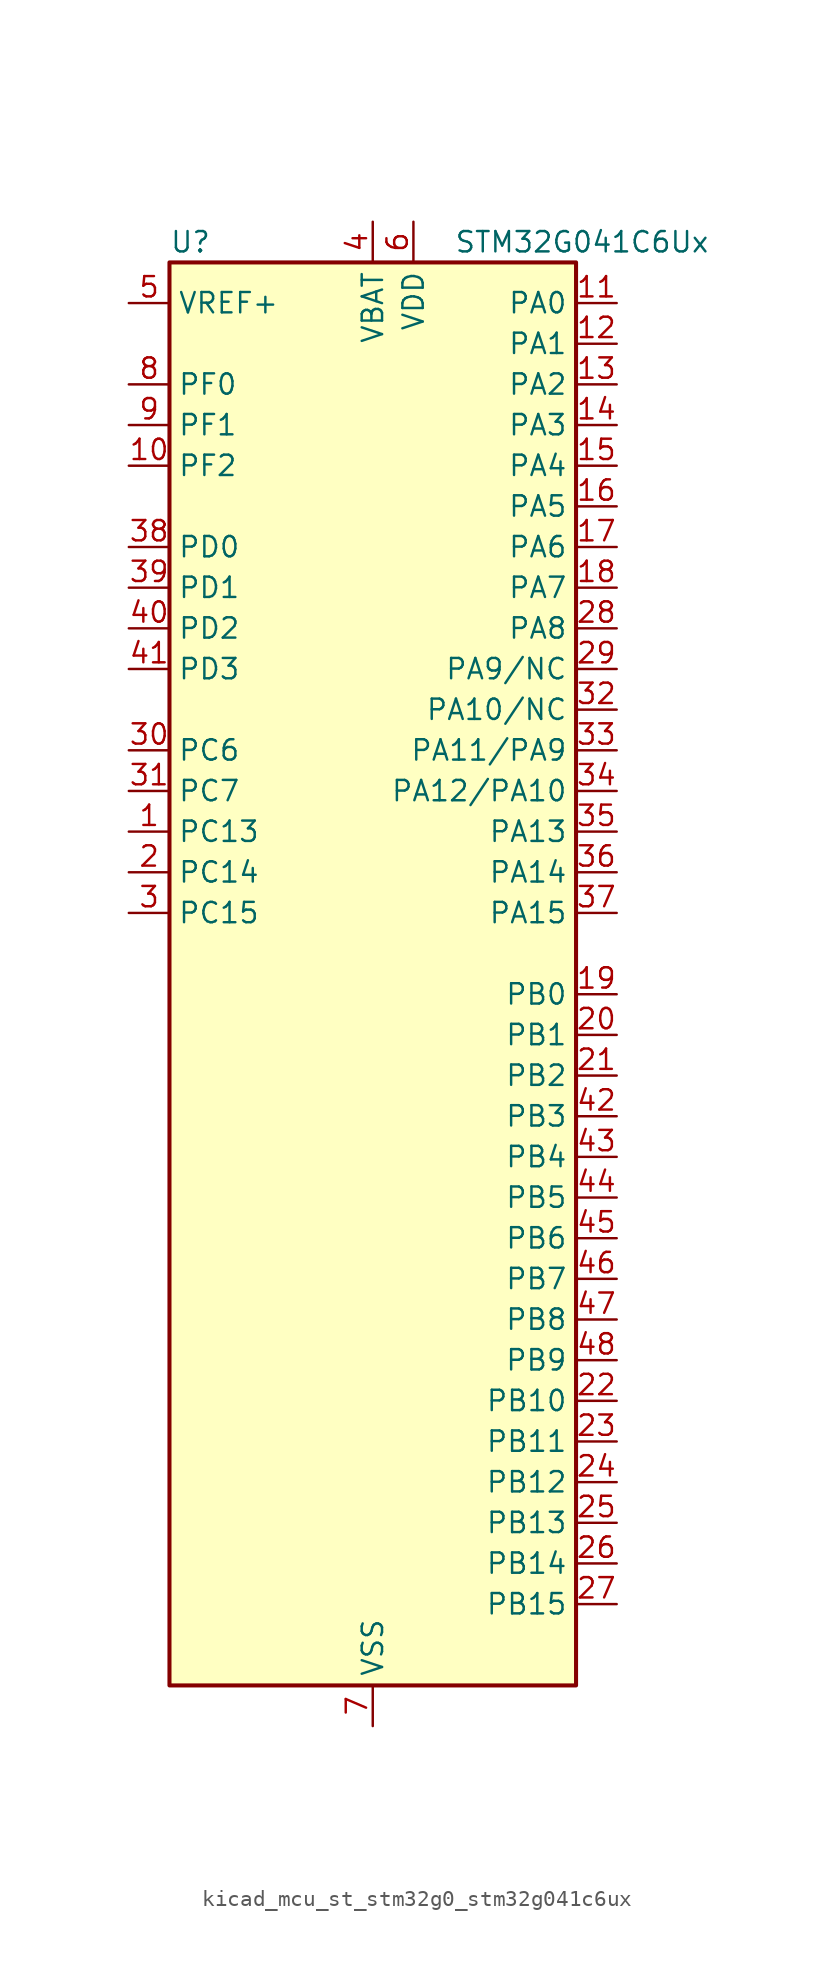
<source format=kicad_sym>
(kicad_symbol_lib
  (version 20220914)
  (generator kicad_symbol_editor)
  (symbol "kicad_mcu_st_stm32g0_stm32g041c6ux"
    (property "Reference" "U"
      (at -12.7 46.99 0)
      (effects (font (size 1.27 1.27)) (justify left)))
    (property "Value" "STM32G041C6Ux"
      (at 5.08 46.99 0)
      (effects (font (size 1.27 1.27)) (justify left)))
    (property "ki_locked" ""
      (at 0 0 0)
      (effects (font (size 1.27 1.27))))
    (symbol "kicad_mcu_st_stm32g0_stm32g041c6ux_0_1"
      (rectangle (start -12.7 -43.18) (end 12.7 45.72) (stroke (width 0.254) (type default)) (fill (type background))))
    (symbol "kicad_mcu_st_stm32g0_stm32g041c6ux_1_1"
      (pin bidirectional line (at -15.24 10.16 0) (length 2.54) (name "PC13" (effects (font (size 1.27 1.27)))) (number "1" (effects (font (size 1.27 1.27)))) (alternate "RTC_OUT_ALARM" bidirectional line) (alternate "RTC_OUT_CALIB" bidirectional line) (alternate "RTC_TAMP_IN1" bidirectional line) (alternate "RTC_TS" bidirectional line) (alternate "SYS_WKUP2" bidirectional line) (alternate "TIM1_BK" bidirectional line))
      (pin bidirectional line (at -15.24 33.02 0) (length 2.54) (name "PF2" (effects (font (size 1.27 1.27)))) (number "10" (effects (font (size 1.27 1.27)))) (alternate "RCC_MCO" bidirectional line))
      (pin bidirectional line (at 15.24 43.18 180) (length 2.54) (name "PA0" (effects (font (size 1.27 1.27)))) (number "11" (effects (font (size 1.27 1.27)))) (alternate "ADC1_IN0" bidirectional line) (alternate "LPTIM1_OUT" bidirectional line) (alternate "RTC_TAMP_IN2" bidirectional line) (alternate "SPI2_SCK" bidirectional line) (alternate "SYS_WKUP1" bidirectional line) (alternate "TIM2_CH1" bidirectional line) (alternate "TIM2_ETR" bidirectional line) (alternate "USART2_CTS" bidirectional line) (alternate "USART2_NSS" bidirectional line))
      (pin bidirectional line (at 15.24 40.64 180) (length 2.54) (name "PA1" (effects (font (size 1.27 1.27)))) (number "12" (effects (font (size 1.27 1.27)))) (alternate "ADC1_IN1" bidirectional line) (alternate "I2C1_SMBA" bidirectional line) (alternate "I2S1_CK" bidirectional line) (alternate "SPI1_SCK" bidirectional line) (alternate "TIM2_CH2" bidirectional line) (alternate "USART2_CK" bidirectional line) (alternate "USART2_DE" bidirectional line) (alternate "USART2_RTS" bidirectional line))
      (pin bidirectional line (at 15.24 38.1 180) (length 2.54) (name "PA2" (effects (font (size 1.27 1.27)))) (number "13" (effects (font (size 1.27 1.27)))) (alternate "ADC1_IN2" bidirectional line) (alternate "I2S1_SD" bidirectional line) (alternate "LPUART1_TX" bidirectional line) (alternate "RCC_LSCO" bidirectional line) (alternate "SPI1_MOSI" bidirectional line) (alternate "SYS_WKUP4" bidirectional line) (alternate "TIM2_CH3" bidirectional line) (alternate "USART2_TX" bidirectional line))
      (pin bidirectional line (at 15.24 35.56 180) (length 2.54) (name "PA3" (effects (font (size 1.27 1.27)))) (number "14" (effects (font (size 1.27 1.27)))) (alternate "ADC1_IN3" bidirectional line) (alternate "LPUART1_RX" bidirectional line) (alternate "SPI2_MISO" bidirectional line) (alternate "TIM2_CH4" bidirectional line) (alternate "USART2_RX" bidirectional line))
      (pin bidirectional line (at 15.24 33.02 180) (length 2.54) (name "PA4" (effects (font (size 1.27 1.27)))) (number "15" (effects (font (size 1.27 1.27)))) (alternate "ADC1_IN4" bidirectional line) (alternate "I2S1_WS" bidirectional line) (alternate "LPTIM2_OUT" bidirectional line) (alternate "RTC_OUT_ALARM" bidirectional line) (alternate "RTC_OUT_CALIB" bidirectional line) (alternate "SPI1_NSS" bidirectional line) (alternate "SPI2_MOSI" bidirectional line) (alternate "TIM14_CH1" bidirectional line))
      (pin bidirectional line (at 15.24 30.48 180) (length 2.54) (name "PA5" (effects (font (size 1.27 1.27)))) (number "16" (effects (font (size 1.27 1.27)))) (alternate "ADC1_IN5" bidirectional line) (alternate "I2S1_CK" bidirectional line) (alternate "LPTIM2_ETR" bidirectional line) (alternate "SPI1_SCK" bidirectional line) (alternate "TIM2_CH1" bidirectional line) (alternate "TIM2_ETR" bidirectional line))
      (pin bidirectional line (at 15.24 27.94 180) (length 2.54) (name "PA6" (effects (font (size 1.27 1.27)))) (number "17" (effects (font (size 1.27 1.27)))) (alternate "ADC1_IN6" bidirectional line) (alternate "I2S1_MCK" bidirectional line) (alternate "LPUART1_CTS" bidirectional line) (alternate "SPI1_MISO" bidirectional line) (alternate "TIM16_CH1" bidirectional line) (alternate "TIM1_BK" bidirectional line) (alternate "TIM3_CH1" bidirectional line))
      (pin bidirectional line (at 15.24 25.4 180) (length 2.54) (name "PA7" (effects (font (size 1.27 1.27)))) (number "18" (effects (font (size 1.27 1.27)))) (alternate "ADC1_IN7" bidirectional line) (alternate "I2S1_SD" bidirectional line) (alternate "SPI1_MOSI" bidirectional line) (alternate "TIM14_CH1" bidirectional line) (alternate "TIM17_CH1" bidirectional line) (alternate "TIM1_CH1N" bidirectional line) (alternate "TIM3_CH2" bidirectional line))
      (pin bidirectional line (at 15.24 0 180) (length 2.54) (name "PB0" (effects (font (size 1.27 1.27)))) (number "19" (effects (font (size 1.27 1.27)))) (alternate "ADC1_IN8" bidirectional line) (alternate "I2S1_WS" bidirectional line) (alternate "LPTIM1_OUT" bidirectional line) (alternate "SPI1_NSS" bidirectional line) (alternate "TIM1_CH2N" bidirectional line) (alternate "TIM3_CH3" bidirectional line))
      (pin bidirectional line (at -15.24 7.62 0) (length 2.54) (name "PC14" (effects (font (size 1.27 1.27)))) (number "2" (effects (font (size 1.27 1.27)))) (alternate "RCC_OSC32_IN" bidirectional line) (alternate "TIM1_BK2" bidirectional line))
      (pin bidirectional line (at 15.24 -2.54 180) (length 2.54) (name "PB1" (effects (font (size 1.27 1.27)))) (number "20" (effects (font (size 1.27 1.27)))) (alternate "ADC1_IN9" bidirectional line) (alternate "LPTIM2_IN1" bidirectional line) (alternate "LPUART1_DE" bidirectional line) (alternate "LPUART1_RTS" bidirectional line) (alternate "TIM14_CH1" bidirectional line) (alternate "TIM1_CH3N" bidirectional line) (alternate "TIM3_CH4" bidirectional line))
      (pin bidirectional line (at 15.24 -5.08 180) (length 2.54) (name "PB2" (effects (font (size 1.27 1.27)))) (number "21" (effects (font (size 1.27 1.27)))) (alternate "ADC1_IN10" bidirectional line) (alternate "LPTIM1_OUT" bidirectional line) (alternate "SPI2_MISO" bidirectional line))
      (pin bidirectional line (at 15.24 -25.4 180) (length 2.54) (name "PB10" (effects (font (size 1.27 1.27)))) (number "22" (effects (font (size 1.27 1.27)))) (alternate "ADC1_IN11" bidirectional line) (alternate "I2C2_SCL" bidirectional line) (alternate "LPUART1_RX" bidirectional line) (alternate "SPI2_SCK" bidirectional line) (alternate "TIM2_CH3" bidirectional line))
      (pin bidirectional line (at 15.24 -27.94 180) (length 2.54) (name "PB11" (effects (font (size 1.27 1.27)))) (number "23" (effects (font (size 1.27 1.27)))) (alternate "ADC1_EXTI11" bidirectional line) (alternate "ADC1_IN15" bidirectional line) (alternate "I2C2_SDA" bidirectional line) (alternate "LPUART1_TX" bidirectional line) (alternate "SPI2_MOSI" bidirectional line) (alternate "TIM2_CH4" bidirectional line))
      (pin bidirectional line (at 15.24 -30.48 180) (length 2.54) (name "PB12" (effects (font (size 1.27 1.27)))) (number "24" (effects (font (size 1.27 1.27)))) (alternate "ADC1_IN16" bidirectional line) (alternate "LPUART1_DE" bidirectional line) (alternate "LPUART1_RTS" bidirectional line) (alternate "SPI2_NSS" bidirectional line) (alternate "TIM1_BK" bidirectional line))
      (pin bidirectional line (at 15.24 -33.02 180) (length 2.54) (name "PB13" (effects (font (size 1.27 1.27)))) (number "25" (effects (font (size 1.27 1.27)))) (alternate "I2C2_SCL" bidirectional line) (alternate "LPUART1_CTS" bidirectional line) (alternate "SPI2_SCK" bidirectional line) (alternate "TIM1_CH1N" bidirectional line))
      (pin bidirectional line (at 15.24 -35.56 180) (length 2.54) (name "PB14" (effects (font (size 1.27 1.27)))) (number "26" (effects (font (size 1.27 1.27)))) (alternate "I2C2_SDA" bidirectional line) (alternate "SPI2_MISO" bidirectional line) (alternate "TIM1_CH2N" bidirectional line))
      (pin bidirectional line (at 15.24 -38.1 180) (length 2.54) (name "PB15" (effects (font (size 1.27 1.27)))) (number "27" (effects (font (size 1.27 1.27)))) (alternate "RTC_REFIN" bidirectional line) (alternate "SPI2_MOSI" bidirectional line) (alternate "TIM1_CH3N" bidirectional line))
      (pin bidirectional line (at 15.24 22.86 180) (length 2.54) (name "PA8" (effects (font (size 1.27 1.27)))) (number "28" (effects (font (size 1.27 1.27)))) (alternate "LPTIM2_OUT" bidirectional line) (alternate "RCC_MCO" bidirectional line) (alternate "SPI2_NSS" bidirectional line) (alternate "TIM1_CH1" bidirectional line))
      (pin bidirectional line (at 15.24 20.32 180) (length 2.54) (name "PA9/NC" (effects (font (size 1.27 1.27)))) (number "29" (effects (font (size 1.27 1.27)))) (alternate "I2C1_SCL" bidirectional line) (alternate "RCC_MCO" bidirectional line) (alternate "SPI2_MISO" bidirectional line) (alternate "TIM1_CH2" bidirectional line) (alternate "USART1_TX" bidirectional line))
      (pin bidirectional line (at -15.24 5.08 0) (length 2.54) (name "PC15" (effects (font (size 1.27 1.27)))) (number "3" (effects (font (size 1.27 1.27)))) (alternate "RCC_OSC32_EN" bidirectional line) (alternate "RCC_OSC32_OUT" bidirectional line) (alternate "RCC_OSC_EN" bidirectional line))
      (pin bidirectional line (at -15.24 15.24 0) (length 2.54) (name "PC6" (effects (font (size 1.27 1.27)))) (number "30" (effects (font (size 1.27 1.27)))) (alternate "TIM2_CH3" bidirectional line) (alternate "TIM3_CH1" bidirectional line))
      (pin bidirectional line (at -15.24 12.7 0) (length 2.54) (name "PC7" (effects (font (size 1.27 1.27)))) (number "31" (effects (font (size 1.27 1.27)))) (alternate "TIM2_CH4" bidirectional line) (alternate "TIM3_CH2" bidirectional line))
      (pin bidirectional line (at 15.24 17.78 180) (length 2.54) (name "PA10/NC" (effects (font (size 1.27 1.27)))) (number "32" (effects (font (size 1.27 1.27)))) (alternate "I2C1_SDA" bidirectional line) (alternate "SPI2_MOSI" bidirectional line) (alternate "TIM17_BK" bidirectional line) (alternate "TIM1_CH3" bidirectional line) (alternate "USART1_RX" bidirectional line))
      (pin bidirectional line (at 15.24 15.24 180) (length 2.54) (name "PA11/PA9" (effects (font (size 1.27 1.27)))) (number "33" (effects (font (size 1.27 1.27)))) (alternate "ADC1_EXTI11" bidirectional line) (alternate "I2C2_SCL" bidirectional line) (alternate "I2S1_MCK" bidirectional line) (alternate "SPI1_MISO" bidirectional line) (alternate "TIM1_BK2" bidirectional line) (alternate "TIM1_CH4" bidirectional line) (alternate "USART1_CTS" bidirectional line) (alternate "USART1_NSS" bidirectional line))
      (pin bidirectional line (at 15.24 12.7 180) (length 2.54) (name "PA12/PA10" (effects (font (size 1.27 1.27)))) (number "34" (effects (font (size 1.27 1.27)))) (alternate "I2C2_SDA" bidirectional line) (alternate "I2S1_SD" bidirectional line) (alternate "I2S_CKIN" bidirectional line) (alternate "SPI1_MOSI" bidirectional line) (alternate "TIM1_ETR" bidirectional line) (alternate "USART1_CK" bidirectional line) (alternate "USART1_DE" bidirectional line) (alternate "USART1_RTS" bidirectional line))
      (pin bidirectional line (at 15.24 10.16 180) (length 2.54) (name "PA13" (effects (font (size 1.27 1.27)))) (number "35" (effects (font (size 1.27 1.27)))) (alternate "ADC1_IN17" bidirectional line) (alternate "IR_OUT" bidirectional line) (alternate "SYS_SWDIO" bidirectional line))
      (pin bidirectional line (at 15.24 7.62 180) (length 2.54) (name "PA14" (effects (font (size 1.27 1.27)))) (number "36" (effects (font (size 1.27 1.27)))) (alternate "ADC1_IN18" bidirectional line) (alternate "SYS_SWCLK" bidirectional line) (alternate "USART2_TX" bidirectional line))
      (pin bidirectional line (at 15.24 5.08 180) (length 2.54) (name "PA15" (effects (font (size 1.27 1.27)))) (number "37" (effects (font (size 1.27 1.27)))) (alternate "I2S1_WS" bidirectional line) (alternate "SPI1_NSS" bidirectional line) (alternate "TIM2_CH1" bidirectional line) (alternate "TIM2_ETR" bidirectional line) (alternate "USART2_RX" bidirectional line))
      (pin bidirectional line (at -15.24 27.94 0) (length 2.54) (name "PD0" (effects (font (size 1.27 1.27)))) (number "38" (effects (font (size 1.27 1.27)))) (alternate "SPI2_NSS" bidirectional line) (alternate "TIM16_CH1" bidirectional line))
      (pin bidirectional line (at -15.24 25.4 0) (length 2.54) (name "PD1" (effects (font (size 1.27 1.27)))) (number "39" (effects (font (size 1.27 1.27)))) (alternate "SPI2_SCK" bidirectional line) (alternate "TIM17_CH1" bidirectional line))
      (pin power_in line (at 0 48.26 270) (length 2.54) (name "VBAT" (effects (font (size 1.27 1.27)))) (number "4" (effects (font (size 1.27 1.27)))))
      (pin bidirectional line (at -15.24 22.86 0) (length 2.54) (name "PD2" (effects (font (size 1.27 1.27)))) (number "40" (effects (font (size 1.27 1.27)))) (alternate "TIM1_CH1N" bidirectional line) (alternate "TIM3_ETR" bidirectional line))
      (pin bidirectional line (at -15.24 20.32 0) (length 2.54) (name "PD3" (effects (font (size 1.27 1.27)))) (number "41" (effects (font (size 1.27 1.27)))) (alternate "SPI2_MISO" bidirectional line) (alternate "TIM1_CH2N" bidirectional line) (alternate "USART2_CTS" bidirectional line) (alternate "USART2_NSS" bidirectional line))
      (pin bidirectional line (at 15.24 -7.62 180) (length 2.54) (name "PB3" (effects (font (size 1.27 1.27)))) (number "42" (effects (font (size 1.27 1.27)))) (alternate "I2S1_CK" bidirectional line) (alternate "SPI1_SCK" bidirectional line) (alternate "TIM1_CH2" bidirectional line) (alternate "TIM2_CH2" bidirectional line) (alternate "USART1_CK" bidirectional line) (alternate "USART1_DE" bidirectional line) (alternate "USART1_RTS" bidirectional line))
      (pin bidirectional line (at 15.24 -10.16 180) (length 2.54) (name "PB4" (effects (font (size 1.27 1.27)))) (number "43" (effects (font (size 1.27 1.27)))) (alternate "I2S1_MCK" bidirectional line) (alternate "SPI1_MISO" bidirectional line) (alternate "TIM17_BK" bidirectional line) (alternate "TIM3_CH1" bidirectional line) (alternate "USART1_CTS" bidirectional line) (alternate "USART1_NSS" bidirectional line))
      (pin bidirectional line (at 15.24 -12.7 180) (length 2.54) (name "PB5" (effects (font (size 1.27 1.27)))) (number "44" (effects (font (size 1.27 1.27)))) (alternate "I2C1_SMBA" bidirectional line) (alternate "I2S1_SD" bidirectional line) (alternate "LPTIM1_IN1" bidirectional line) (alternate "SPI1_MOSI" bidirectional line) (alternate "SYS_WKUP6" bidirectional line) (alternate "TIM16_BK" bidirectional line) (alternate "TIM3_CH2" bidirectional line))
      (pin bidirectional line (at 15.24 -15.24 180) (length 2.54) (name "PB6" (effects (font (size 1.27 1.27)))) (number "45" (effects (font (size 1.27 1.27)))) (alternate "I2C1_SCL" bidirectional line) (alternate "LPTIM1_ETR" bidirectional line) (alternate "SPI2_MISO" bidirectional line) (alternate "TIM16_CH1N" bidirectional line) (alternate "TIM1_CH3" bidirectional line) (alternate "USART1_TX" bidirectional line))
      (pin bidirectional line (at 15.24 -17.78 180) (length 2.54) (name "PB7" (effects (font (size 1.27 1.27)))) (number "46" (effects (font (size 1.27 1.27)))) (alternate "I2C1_SDA" bidirectional line) (alternate "LPTIM1_IN2" bidirectional line) (alternate "SPI2_MOSI" bidirectional line) (alternate "SYS_PVD_IN" bidirectional line) (alternate "TIM17_CH1N" bidirectional line) (alternate "USART1_RX" bidirectional line))
      (pin bidirectional line (at 15.24 -20.32 180) (length 2.54) (name "PB8" (effects (font (size 1.27 1.27)))) (number "47" (effects (font (size 1.27 1.27)))) (alternate "I2C1_SCL" bidirectional line) (alternate "SPI2_SCK" bidirectional line) (alternate "TIM16_CH1" bidirectional line))
      (pin bidirectional line (at 15.24 -22.86 180) (length 2.54) (name "PB9" (effects (font (size 1.27 1.27)))) (number "48" (effects (font (size 1.27 1.27)))) (alternate "I2C1_SDA" bidirectional line) (alternate "IR_OUT" bidirectional line) (alternate "SPI2_NSS" bidirectional line) (alternate "TIM17_CH1" bidirectional line))
      (pin passive line (at 0 -45.72 90) (length 2.54) hide (name "VSS" (effects (font (size 1.27 1.27)))) (number "49" (effects (font (size 1.27 1.27)))))
      (pin input line (at -15.24 43.18 0) (length 2.54) (name "VREF+" (effects (font (size 1.27 1.27)))) (number "5" (effects (font (size 1.27 1.27)))) (alternate "VREFBUF_OUT" bidirectional line))
      (pin power_in line (at 2.54 48.26 270) (length 2.54) (name "VDD" (effects (font (size 1.27 1.27)))) (number "6" (effects (font (size 1.27 1.27)))))
      (pin power_in line (at 0 -45.72 90) (length 2.54) (name "VSS" (effects (font (size 1.27 1.27)))) (number "7" (effects (font (size 1.27 1.27)))))
      (pin bidirectional line (at -15.24 38.1 0) (length 2.54) (name "PF0" (effects (font (size 1.27 1.27)))) (number "8" (effects (font (size 1.27 1.27)))) (alternate "RCC_OSC_IN" bidirectional line) (alternate "TIM14_CH1" bidirectional line))
      (pin bidirectional line (at -15.24 35.56 0) (length 2.54) (name "PF1" (effects (font (size 1.27 1.27)))) (number "9" (effects (font (size 1.27 1.27)))) (alternate "RCC_OSC_EN" bidirectional line) (alternate "RCC_OSC_OUT" bidirectional line)))))
</source>
